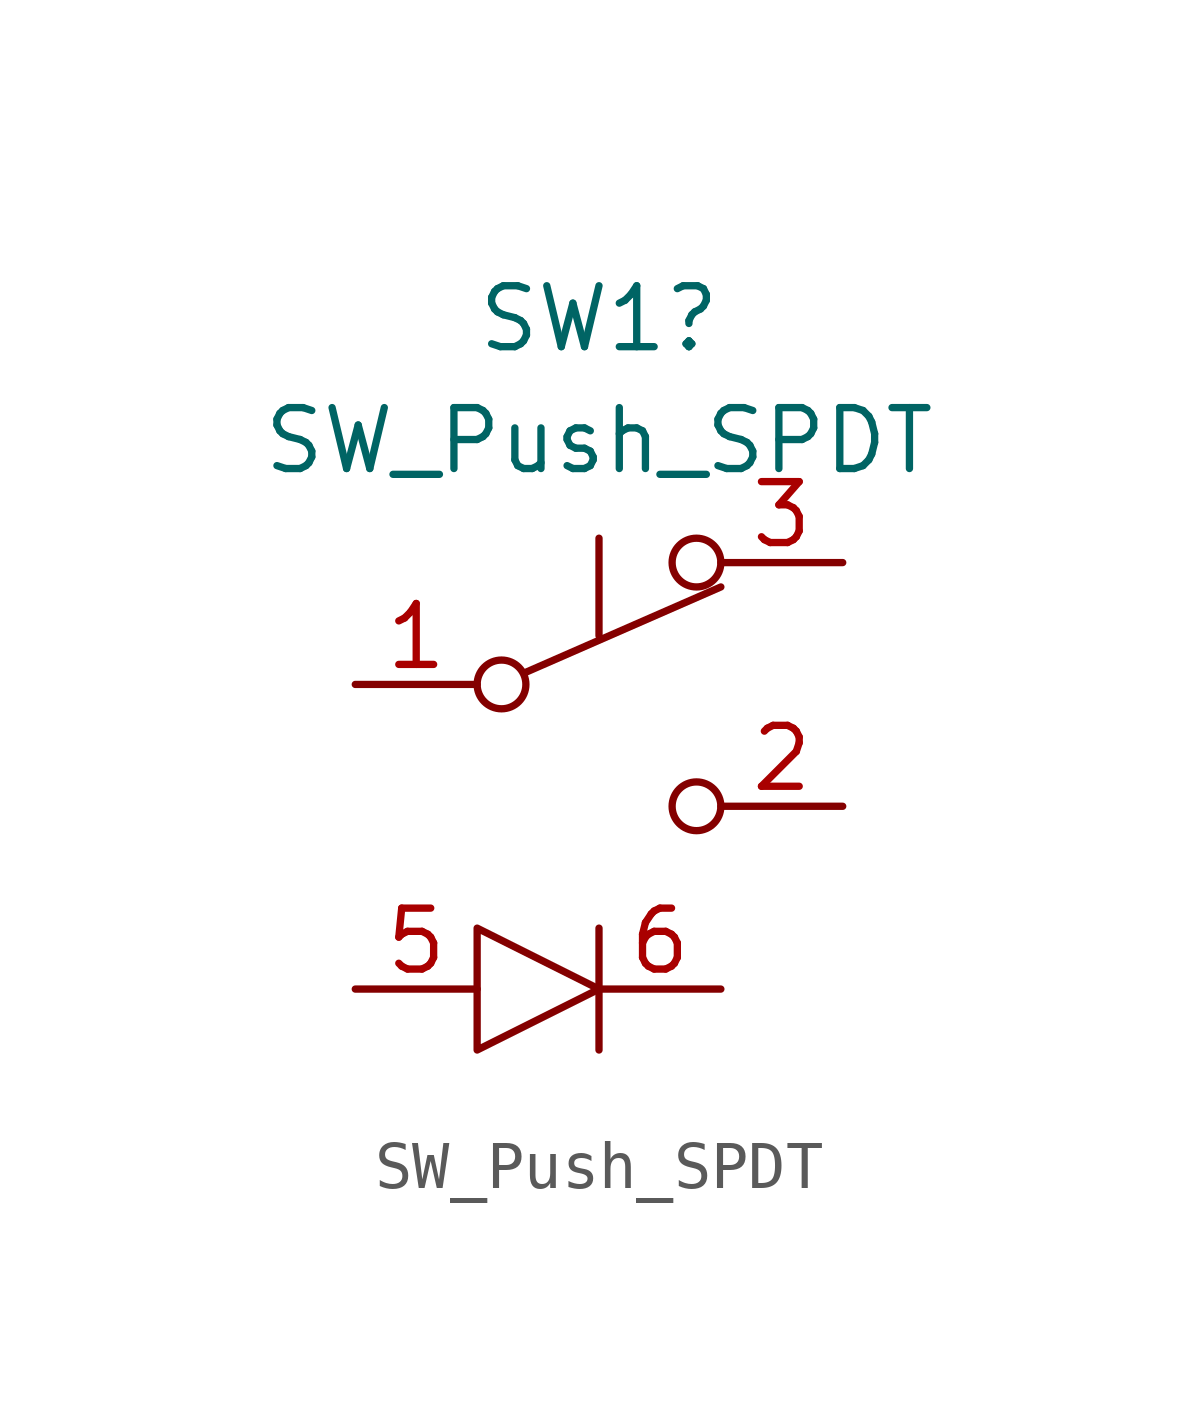
<source format=kicad_sym>
(kicad_symbol_lib
  (version 20211014)
  (generator kicad_symbol_editor)
  (symbol "SW_Push_SPDT"
    (pin_names
      (offset 0) hide)
    (property "Reference" "SW1"
      (at 0 7.62 0)
      (effects (font (size 1.27 1.27))))
    (property "Value" "SW_Push_SPDT"
      (at 0 5.08 0)
      (effects (font (size 1.27 1.27))))
    (symbol "SW_Push_SPDT_0_0"
      (circle (center -2.032 0) (radius 0.508) (stroke (width 0) (type default) (color 0 0 0 0)) (fill (type none)))
      (polyline (pts (xy 0 1.016) (xy 0 3.048)) (stroke (width 0) (type default) (color 0 0 0 0)) (fill (type none)))
      (circle (center 2.032 -2.54) (radius 0.508) (stroke (width 0) (type default) (color 0 0 0 0)) (fill (type none))))
    (symbol "SW_Push_SPDT_0_1"
      (polyline (pts (xy -1.524 0.254) (xy 2.54 2.032)) (stroke (width 0) (type default) (color 0 0 0 0)) (fill (type none)))
      (polyline (pts (xy 0 -5.08) (xy 0 -7.62)) (stroke (width 0) (type default) (color 0 0 0 0)) (fill (type none)))
      (polyline (pts (xy -2.54 -5.08) (xy -2.54 -7.62) (xy 0 -6.35) (xy -2.54 -5.08)) (stroke (width 0) (type default) (color 0 0 0 0)) (fill (type none)))
      (circle (center 2.032 2.54) (radius 0.508) (stroke (width 0) (type default) (color 0 0 0 0)) (fill (type none))))
    (symbol "SW_Push_SPDT_1_1"
      (pin passive line (at -5.08 0 0) (length 2.54) (name "B" (effects (font (size 1.27 1.27)))) (number "1" (effects (font (size 1.27 1.27)))))
      (pin passive line (at 5.08 -2.54 180) (length 2.54) (name "C" (effects (font (size 1.27 1.27)))) (number "2" (effects (font (size 1.27 1.27)))))
      (pin passive line (at 5.08 2.54 180) (length 2.54) (name "A" (effects (font (size 1.27 1.27)))) (number "3" (effects (font (size 1.27 1.27)))))
      (pin passive line (at -5.08 -6.35 0) (length 2.54) (name "LED+" (effects (font (size 1.27 1.27)))) (number "5" (effects (font (size 1.27 1.27)))))
      (pin passive line (at 2.54 -6.35 180) (length 2.54) (name "LED-" (effects (font (size 1.27 1.27)))) (number "6" (effects (font (size 1.27 1.27))))))))
</source>
